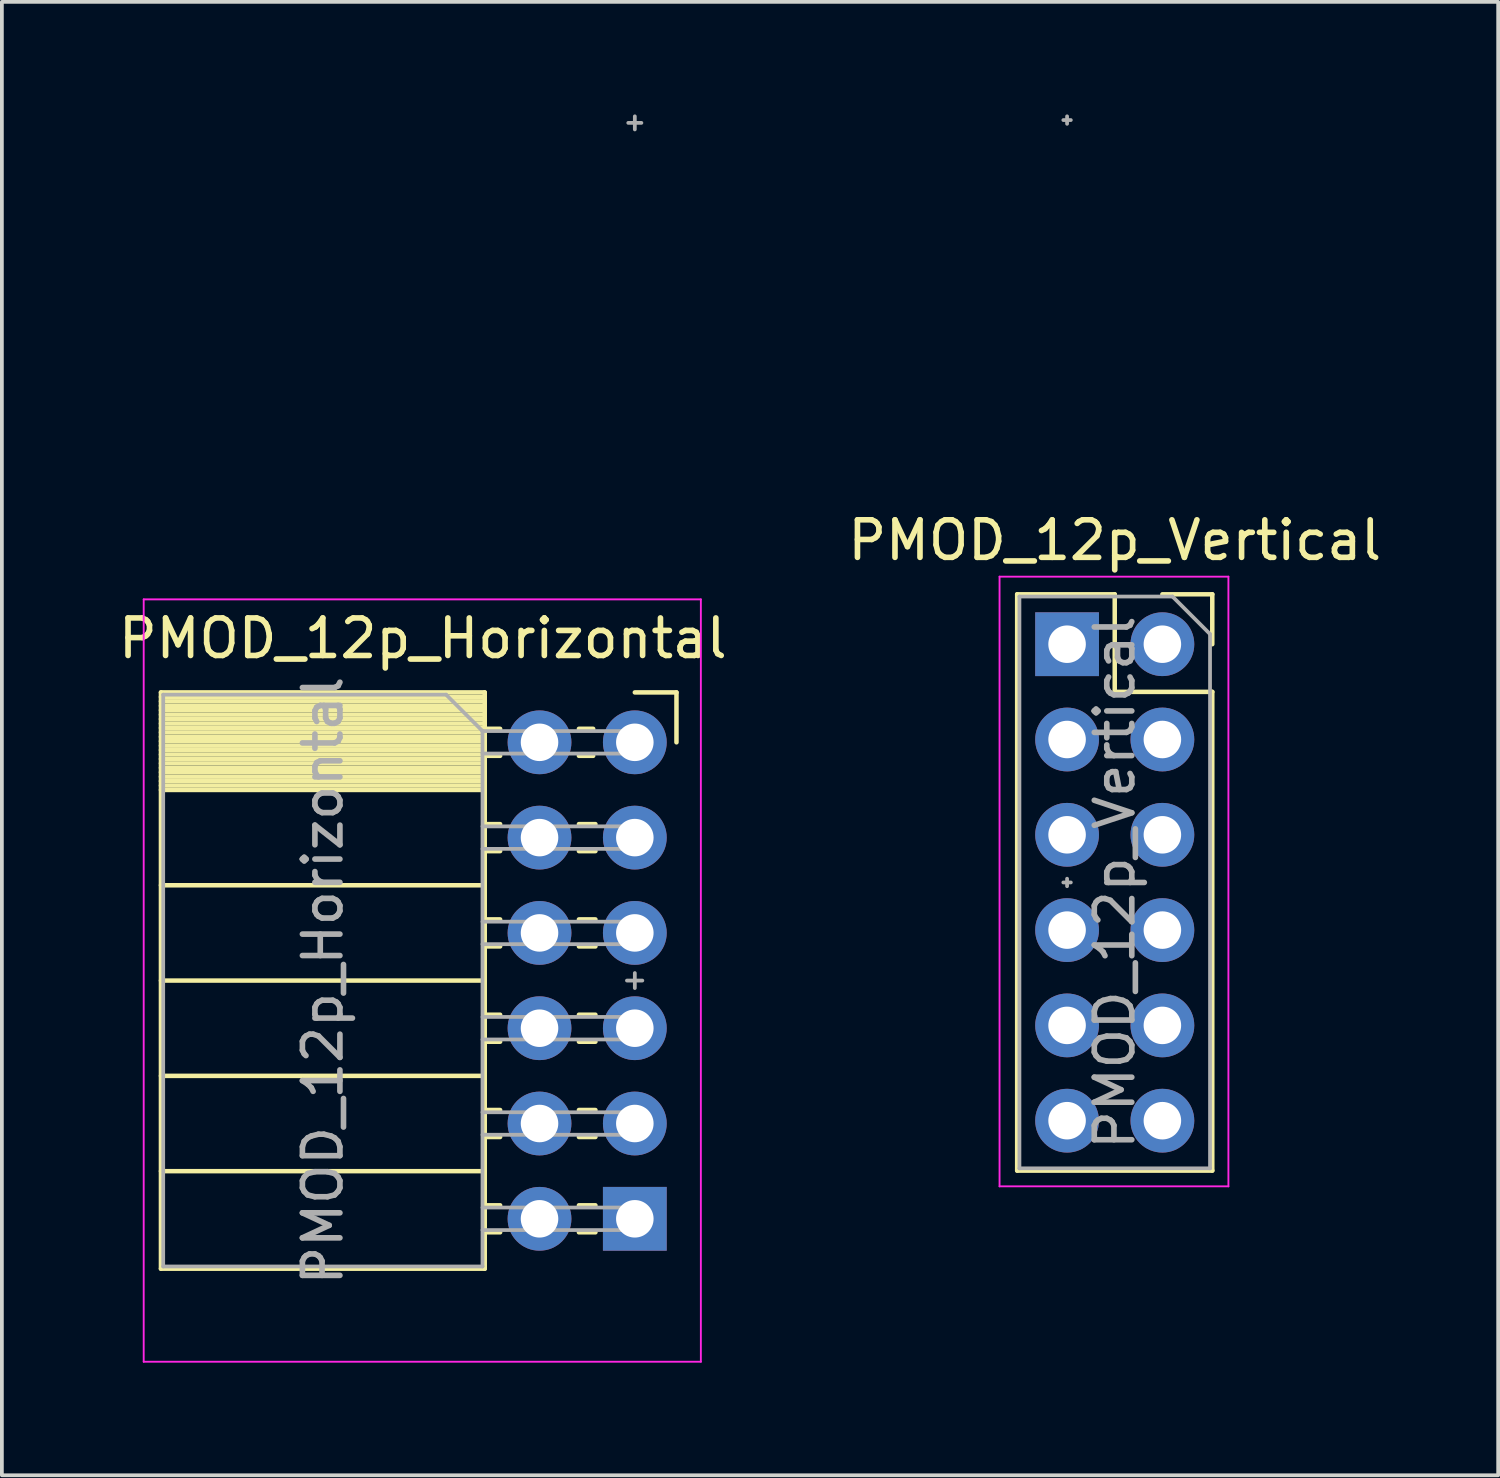
<source format=kicad_pcb>
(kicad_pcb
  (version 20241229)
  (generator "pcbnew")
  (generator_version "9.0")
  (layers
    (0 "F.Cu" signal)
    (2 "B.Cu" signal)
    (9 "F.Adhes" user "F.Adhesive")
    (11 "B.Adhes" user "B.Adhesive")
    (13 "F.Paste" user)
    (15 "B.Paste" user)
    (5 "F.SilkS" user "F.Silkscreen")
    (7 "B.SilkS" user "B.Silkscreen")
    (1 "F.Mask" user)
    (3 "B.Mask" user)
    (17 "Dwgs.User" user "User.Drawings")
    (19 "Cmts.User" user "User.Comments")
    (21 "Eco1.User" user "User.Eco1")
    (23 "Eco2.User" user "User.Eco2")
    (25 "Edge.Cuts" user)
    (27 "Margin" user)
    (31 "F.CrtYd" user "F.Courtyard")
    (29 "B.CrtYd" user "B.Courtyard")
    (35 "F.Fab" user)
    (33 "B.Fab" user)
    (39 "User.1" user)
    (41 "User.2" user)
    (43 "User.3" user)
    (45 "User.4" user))
  (footprint "PMOD_12p_Horizontal"
    (layer "F.Cu")
    (at 13.87 23.085)
    (property "Reference" "PMOD_12p_Horizontal" (at -5.65 -9.12 0) (layer "F.SilkS") (effects (font (size 1 1) (thickness 0.15))))
    (attr through_hole)
    (fp_line (start -12.63 -7.68) (end -12.63 7.68) (stroke (width 0.12) (type solid)) (layer "F.SilkS"))
    (fp_line (start -12.63 -7.68) (end -4 -7.68) (stroke (width 0.12) (type solid)) (layer "F.SilkS"))
    (fp_line (start -12.63 -7.56) (end -4 -7.56) (stroke (width 0.12) (type solid)) (layer "F.SilkS"))
    (fp_line (start -12.63 -7.442) (end -4 -7.442) (stroke (width 0.12) (type solid)) (layer "F.SilkS"))
    (fp_line (start -12.63 -7.324) (end -4 -7.324) (stroke (width 0.12) (type solid)) (layer "F.SilkS"))
    (fp_line (start -12.63 -7.206) (end -4 -7.206) (stroke (width 0.12) (type solid)) (layer "F.SilkS"))
    (fp_line (start -12.63 -7.088) (end -4 -7.088) (stroke (width 0.12) (type solid)) (layer "F.SilkS"))
    (fp_line (start -12.63 -6.97) (end -4 -6.97) (stroke (width 0.12) (type solid)) (layer "F.SilkS"))
    (fp_line (start -12.63 -6.851) (end -4 -6.851) (stroke (width 0.12) (type solid)) (layer "F.SilkS"))
    (fp_line (start -12.63 -6.733) (end -4 -6.733) (stroke (width 0.12) (type solid)) (layer "F.SilkS"))
    (fp_line (start -12.63 -6.615) (end -4 -6.615) (stroke (width 0.12) (type solid)) (layer "F.SilkS"))
    (fp_line (start -12.63 -6.497) (end -4 -6.497) (stroke (width 0.12) (type solid)) (layer "F.SilkS"))
    (fp_line (start -12.63 -6.379) (end -4 -6.379) (stroke (width 0.12) (type solid)) (layer "F.SilkS"))
    (fp_line (start -12.63 -6.261) (end -4 -6.261) (stroke (width 0.12) (type solid)) (layer "F.SilkS"))
    (fp_line (start -12.63 -6.143) (end -4 -6.143) (stroke (width 0.12) (type solid)) (layer "F.SilkS"))
    (fp_line (start -12.63 -6.025) (end -4 -6.025) (stroke (width 0.12) (type solid)) (layer "F.SilkS"))
    (fp_line (start -12.63 -5.907) (end -4 -5.907) (stroke (width 0.12) (type solid)) (layer "F.SilkS"))
    (fp_line (start -12.63 -5.789) (end -4 -5.789) (stroke (width 0.12) (type solid)) (layer "F.SilkS"))
    (fp_line (start -12.63 -5.67) (end -4 -5.67) (stroke (width 0.12) (type solid)) (layer "F.SilkS"))
    (fp_line (start -12.63 -5.552) (end -4 -5.552) (stroke (width 0.12) (type solid)) (layer "F.SilkS"))
    (fp_line (start -12.63 -5.434) (end -4 -5.434) (stroke (width 0.12) (type solid)) (layer "F.SilkS"))
    (fp_line (start -12.63 -5.316) (end -4 -5.316) (stroke (width 0.12) (type solid)) (layer "F.SilkS"))
    (fp_line (start -12.63 -5.198) (end -4 -5.198) (stroke (width 0.12) (type solid)) (layer "F.SilkS"))
    (fp_line (start -12.63 -5.08) (end -4 -5.08) (stroke (width 0.12) (type solid)) (layer "F.SilkS"))
    (fp_line (start -12.63 -2.54) (end -4 -2.54) (stroke (width 0.12) (type solid)) (layer "F.SilkS"))
    (fp_line (start -12.63 0) (end -4 0) (stroke (width 0.12) (type solid)) (layer "F.SilkS"))
    (fp_line (start -12.63 2.54) (end -4 2.54) (stroke (width 0.12) (type solid)) (layer "F.SilkS"))
    (fp_line (start -12.63 5.08) (end -4 5.08) (stroke (width 0.12) (type solid)) (layer "F.SilkS"))
    (fp_line (start -12.63 7.68) (end -4 7.68) (stroke (width 0.12) (type solid)) (layer "F.SilkS"))
    (fp_line (start -4 -7.68) (end -4 7.68) (stroke (width 0.12) (type solid)) (layer "F.SilkS"))
    (fp_line (start -4 -6.71) (end -3.59 -6.71) (stroke (width 0.12) (type solid)) (layer "F.SilkS"))
    (fp_line (start -4 -5.99) (end -3.59 -5.99) (stroke (width 0.12) (type solid)) (layer "F.SilkS"))
    (fp_line (start -4 -4.17) (end -3.59 -4.17) (stroke (width 0.12) (type solid)) (layer "F.SilkS"))
    (fp_line (start -4 -3.45) (end -3.59 -3.45) (stroke (width 0.12) (type solid)) (layer "F.SilkS"))
    (fp_line (start -4 -1.63) (end -3.59 -1.63) (stroke (width 0.12) (type solid)) (layer "F.SilkS"))
    (fp_line (start -4 -0.91) (end -3.59 -0.91) (stroke (width 0.12) (type solid)) (layer "F.SilkS"))
    (fp_line (start -4 0.91) (end -3.59 0.91) (stroke (width 0.12) (type solid)) (layer "F.SilkS"))
    (fp_line (start -4 1.63) (end -3.59 1.63) (stroke (width 0.12) (type solid)) (layer "F.SilkS"))
    (fp_line (start -4 3.45) (end -3.59 3.45) (stroke (width 0.12) (type solid)) (layer "F.SilkS"))
    (fp_line (start -4 4.17) (end -3.59 4.17) (stroke (width 0.12) (type solid)) (layer "F.SilkS"))
    (fp_line (start -4 5.99) (end -3.59 5.99) (stroke (width 0.12) (type solid)) (layer "F.SilkS"))
    (fp_line (start -4 6.71) (end -3.59 6.71) (stroke (width 0.12) (type solid)) (layer "F.SilkS"))
    (fp_line (start -1.49 -6.71) (end -1.11 -6.71) (stroke (width 0.12) (type solid)) (layer "F.SilkS"))
    (fp_line (start -1.49 -5.99) (end -1.11 -5.99) (stroke (width 0.12) (type solid)) (layer "F.SilkS"))
    (fp_line (start -1.49 -4.17) (end -1.05 -4.17) (stroke (width 0.12) (type solid)) (layer "F.SilkS"))
    (fp_line (start -1.49 -3.45) (end -1.05 -3.45) (stroke (width 0.12) (type solid)) (layer "F.SilkS"))
    (fp_line (start -1.49 -1.63) (end -1.05 -1.63) (stroke (width 0.12) (type solid)) (layer "F.SilkS"))
    (fp_line (start -1.49 -0.91) (end -1.05 -0.91) (stroke (width 0.12) (type solid)) (layer "F.SilkS"))
    (fp_line (start -1.49 0.91) (end -1.05 0.91) (stroke (width 0.12) (type solid)) (layer "F.SilkS"))
    (fp_line (start -1.49 1.63) (end -1.05 1.63) (stroke (width 0.12) (type solid)) (layer "F.SilkS"))
    (fp_line (start -1.49 3.45) (end -1.05 3.45) (stroke (width 0.12) (type solid)) (layer "F.SilkS"))
    (fp_line (start -1.49 4.17) (end -1.05 4.17) (stroke (width 0.12) (type solid)) (layer "F.SilkS"))
    (fp_line (start -1.49 5.99) (end -1.05 5.99) (stroke (width 0.12) (type solid)) (layer "F.SilkS"))
    (fp_line (start -1.49 6.71) (end -1.05 6.71) (stroke (width 0.12) (type solid)) (layer "F.SilkS"))
    (fp_line (start 0 -7.68) (end 1.11 -7.68) (stroke (width 0.12) (type solid)) (layer "F.SilkS"))
    (fp_line (start 1.11 -7.68) (end 1.11 -6.35) (stroke (width 0.12) (type solid)) (layer "F.SilkS"))
    (fp_line (start -13.09 10.16) (end -13.09 -10.16) (stroke (width 0.05) (type solid)) (layer "F.CrtYd"))
    (fp_line (start -13.09 10.16) (end 1.76 10.16) (stroke (width 0.05) (type solid)) (layer "F.CrtYd"))
    (fp_line (start 1.76 -10.16) (end -13.09 -10.16) (stroke (width 0.05) (type solid)) (layer "F.CrtYd"))
    (fp_line (start 1.76 10.16) (end 1.76 -10.16) (stroke (width 0.05) (type solid)) (layer "F.CrtYd"))
    (fp_line (start -12.57 -7.62) (end -5.03 -7.62) (stroke (width 0.1) (type solid)) (layer "F.Fab"))
    (fp_line (start -12.57 7.62) (end -12.57 -7.62) (stroke (width 0.1) (type solid)) (layer "F.Fab"))
    (fp_line (start -5.03 -7.62) (end -4.06 -6.65) (stroke (width 0.1) (type solid)) (layer "F.Fab"))
    (fp_line (start -4.06 -6.65) (end -4.06 7.62) (stroke (width 0.1) (type solid)) (layer "F.Fab"))
    (fp_line (start -4.06 -6.05) (end 0 -6.05) (stroke (width 0.1) (type solid)) (layer "F.Fab"))
    (fp_line (start -4.06 -3.51) (end 0 -3.51) (stroke (width 0.1) (type solid)) (layer "F.Fab"))
    (fp_line (start -4.06 -0.97) (end 0 -0.97) (stroke (width 0.1) (type solid)) (layer "F.Fab"))
    (fp_line (start -4.06 1.57) (end 0 1.57) (stroke (width 0.1) (type solid)) (layer "F.Fab"))
    (fp_line (start -4.06 4.11) (end 0 4.11) (stroke (width 0.1) (type solid)) (layer "F.Fab"))
    (fp_line (start -4.06 6.65) (end 0 6.65) (stroke (width 0.1) (type solid)) (layer "F.Fab"))
    (fp_line (start -4.06 7.62) (end -12.57 7.62) (stroke (width 0.1) (type solid)) (layer "F.Fab"))
    (fp_line (start -0.21 0) (end 0.2 0) (stroke (width 0.1) (type default)) (layer "F.Fab"))
    (fp_line (start -0.175 -22.86) (end 0.175 -22.86) (stroke (width 0.1) (type default)) (layer "F.Fab"))
    (fp_line (start 0 -22.685) (end 0 -23.035) (stroke (width 0.1) (type default)) (layer "F.Fab"))
    (fp_line (start 0 -6.65) (end -4.06 -6.65) (stroke (width 0.1) (type solid)) (layer "F.Fab"))
    (fp_line (start 0 -6.05) (end 0 -6.65) (stroke (width 0.1) (type solid)) (layer "F.Fab"))
    (fp_line (start 0 -4.11) (end -4.06 -4.11) (stroke (width 0.1) (type solid)) (layer "F.Fab"))
    (fp_line (start 0 -3.51) (end 0 -4.11) (stroke (width 0.1) (type solid)) (layer "F.Fab"))
    (fp_line (start 0 -1.57) (end -4.06 -1.57) (stroke (width 0.1) (type solid)) (layer "F.Fab"))
    (fp_line (start 0 -0.97) (end 0 -1.57) (stroke (width 0.1) (type solid)) (layer "F.Fab"))
    (fp_line (start 0 0.2) (end 0 -0.2) (stroke (width 0.1) (type default)) (layer "F.Fab"))
    (fp_line (start 0 0.97) (end -4.06 0.97) (stroke (width 0.1) (type solid)) (layer "F.Fab"))
    (fp_line (start 0 1.57) (end 0 0.97) (stroke (width 0.1) (type solid)) (layer "F.Fab"))
    (fp_line (start 0 3.51) (end -4.06 3.51) (stroke (width 0.1) (type solid)) (layer "F.Fab"))
    (fp_line (start 0 4.11) (end 0 3.51) (stroke (width 0.1) (type solid)) (layer "F.Fab"))
    (fp_line (start 0 6.05) (end -4.06 6.05) (stroke (width 0.1) (type solid)) (layer "F.Fab"))
    (fp_line (start 0 6.65) (end 0 6.05) (stroke (width 0.1) (type solid)) (layer "F.Fab"))
    (fp_text user "${REFERENCE}" (at -8.315 0 90) (layer "F.Fab") (effects (font (size 1 1) (thickness 0.15))))
    (pad "1" thru_hole rect (at 0 6.35) (size 1.7 1.7) (drill 1) (layers "*.Cu" "*.Mask"))
    (pad "2" thru_hole oval (at 0 3.81) (size 1.7 1.7) (drill 1) (layers "*.Cu" "*.Mask"))
    (pad "3" thru_hole oval (at 0 1.27) (size 1.7 1.7) (drill 1) (layers "*.Cu" "*.Mask"))
    (pad "4" thru_hole oval (at 0 -1.27) (size 1.7 1.7) (drill 1) (layers "*.Cu" "*.Mask"))
    (pad "5" thru_hole oval (at 0 -3.81) (size 1.7 1.7) (drill 1) (layers "*.Cu" "*.Mask"))
    (pad "6" thru_hole circle (at 0 -6.35) (size 1.7 1.7) (drill 1) (layers "*.Cu" "*.Mask"))
    (pad "7" thru_hole circle (at -2.54 6.35) (size 1.7 1.7) (drill 1) (layers "*.Cu" "*.Mask"))
    (pad "8" thru_hole oval (at -2.54 3.81) (size 1.7 1.7) (drill 1) (layers "*.Cu" "*.Mask"))
    (pad "9" thru_hole oval (at -2.54 1.27) (size 1.7 1.7) (drill 1) (layers "*.Cu" "*.Mask"))
    (pad "10" thru_hole oval (at -2.54 -1.27) (size 1.7 1.7) (drill 1) (layers "*.Cu" "*.Mask"))
    (pad "11" thru_hole oval (at -2.54 -3.81) (size 1.7 1.7) (drill 1) (layers "*.Cu" "*.Mask"))
    (pad "12" thru_hole circle (at -2.54 -6.35) (size 1.7 1.7) (drill 1) (layers "*.Cu" "*.Mask")))
  (footprint "PMOD_12p_Vertical"
    (layer "F.Cu")
    (at 25.391 20.47)
    (property "Reference" "PMOD_12p_Vertical" (at 1.27 -9.12 0) (layer "F.SilkS") (effects (font (size 1 1) (thickness 0.15))))
    (attr through_hole)
    (fp_line (start -1.33 -7.68) (end -1.33 7.68) (stroke (width 0.12) (type solid)) (layer "F.SilkS"))
    (fp_line (start -1.33 -7.68) (end 1.27 -7.68) (stroke (width 0.12) (type solid)) (layer "F.SilkS"))
    (fp_line (start -1.33 7.68) (end 3.87 7.68) (stroke (width 0.12) (type solid)) (layer "F.SilkS"))
    (fp_line (start 1.27 -7.68) (end 1.27 -5.08) (stroke (width 0.12) (type solid)) (layer "F.SilkS"))
    (fp_line (start 1.27 -5.08) (end 3.87 -5.08) (stroke (width 0.12) (type solid)) (layer "F.SilkS"))
    (fp_line (start 2.54 -7.68) (end 3.87 -7.68) (stroke (width 0.12) (type solid)) (layer "F.SilkS"))
    (fp_line (start 3.87 -7.68) (end 3.87 -6.35) (stroke (width 0.12) (type solid)) (layer "F.SilkS"))
    (fp_line (start 3.87 -5.08) (end 3.87 7.68) (stroke (width 0.12) (type solid)) (layer "F.SilkS"))
    (fp_line (start -1.8 -8.15) (end 4.3 -8.15) (stroke (width 0.05) (type solid)) (layer "F.CrtYd"))
    (fp_line (start -1.8 8.1) (end -1.8 -8.15) (stroke (width 0.05) (type solid)) (layer "F.CrtYd"))
    (fp_line (start 4.3 -8.15) (end 4.3 8.1) (stroke (width 0.05) (type solid)) (layer "F.CrtYd"))
    (fp_line (start 4.3 8.1) (end -1.8 8.1) (stroke (width 0.05) (type solid)) (layer "F.CrtYd"))
    (fp_line (start -1.27 -7.62) (end 2.81 -7.62) (stroke (width 0.1) (type solid)) (layer "F.Fab"))
    (fp_line (start -1.27 7.62) (end -1.27 -7.62) (stroke (width 0.1) (type solid)) (layer "F.Fab"))
    (fp_line (start -0.1 -20.32) (end 0.1 -20.32) (stroke (width 0.1) (type default)) (layer "F.Fab"))
    (fp_line (start -0.1 0) (end 0.1 0) (stroke (width 0.1) (type default)) (layer "F.Fab"))
    (fp_line (start 0 -20.22) (end 0 -20.42) (stroke (width 0.1) (type default)) (layer "F.Fab"))
    (fp_line (start 0 0.1) (end 0 -0.1) (stroke (width 0.1) (type default)) (layer "F.Fab"))
    (fp_line (start 2.81 -7.62) (end 3.81 -6.62) (stroke (width 0.1) (type solid)) (layer "F.Fab"))
    (fp_line (start 3.81 -6.62) (end 3.81 7.62) (stroke (width 0.1) (type solid)) (layer "F.Fab"))
    (fp_line (start 3.81 7.62) (end -1.27 7.62) (stroke (width 0.1) (type solid)) (layer "F.Fab"))
    (fp_text user "${REFERENCE}" (at 1.27 0 90) (layer "F.Fab") (effects (font (size 1 1) (thickness 0.15))))
    (pad "1" thru_hole rect (at 0 -6.35) (size 1.7 1.7) (drill 1) (layers "*.Cu" "*.Mask"))
    (pad "2" thru_hole oval (at 0 -3.81) (size 1.7 1.7) (drill 1) (layers "*.Cu" "*.Mask"))
    (pad "3" thru_hole oval (at 0 -1.27) (size 1.7 1.7) (drill 1) (layers "*.Cu" "*.Mask"))
    (pad "4" thru_hole oval (at 0 1.27) (size 1.7 1.7) (drill 1) (layers "*.Cu" "*.Mask"))
    (pad "5" thru_hole oval (at 0 3.81) (size 1.7 1.7) (drill 1) (layers "*.Cu" "*.Mask"))
    (pad "6" thru_hole oval (at 0 6.35) (size 1.7 1.7) (drill 1) (layers "*.Cu" "*.Mask"))
    (pad "7" thru_hole oval (at 2.54 -6.35) (size 1.7 1.7) (drill 1) (layers "*.Cu" "*.Mask"))
    (pad "8" thru_hole oval (at 2.54 -3.81) (size 1.7 1.7) (drill 1) (layers "*.Cu" "*.Mask"))
    (pad "9" thru_hole oval (at 2.54 -1.27) (size 1.7 1.7) (drill 1) (layers "*.Cu" "*.Mask"))
    (pad "10" thru_hole oval (at 2.54 1.27) (size 1.7 1.7) (drill 1) (layers "*.Cu" "*.Mask"))
    (pad "11" thru_hole oval (at 2.54 3.81) (size 1.7 1.7) (drill 1) (layers "*.Cu" "*.Mask"))
    (pad "12" thru_hole oval (at 2.54 6.35) (size 1.7 1.7) (drill 1) (layers "*.Cu" "*.Mask")))
  (gr_rect
    (start -3 -3)
    (end 36.881 36.27)
    (stroke (width 0.1) (type default))
    (fill no)
    (layer "Edge.Cuts")))
</source>
